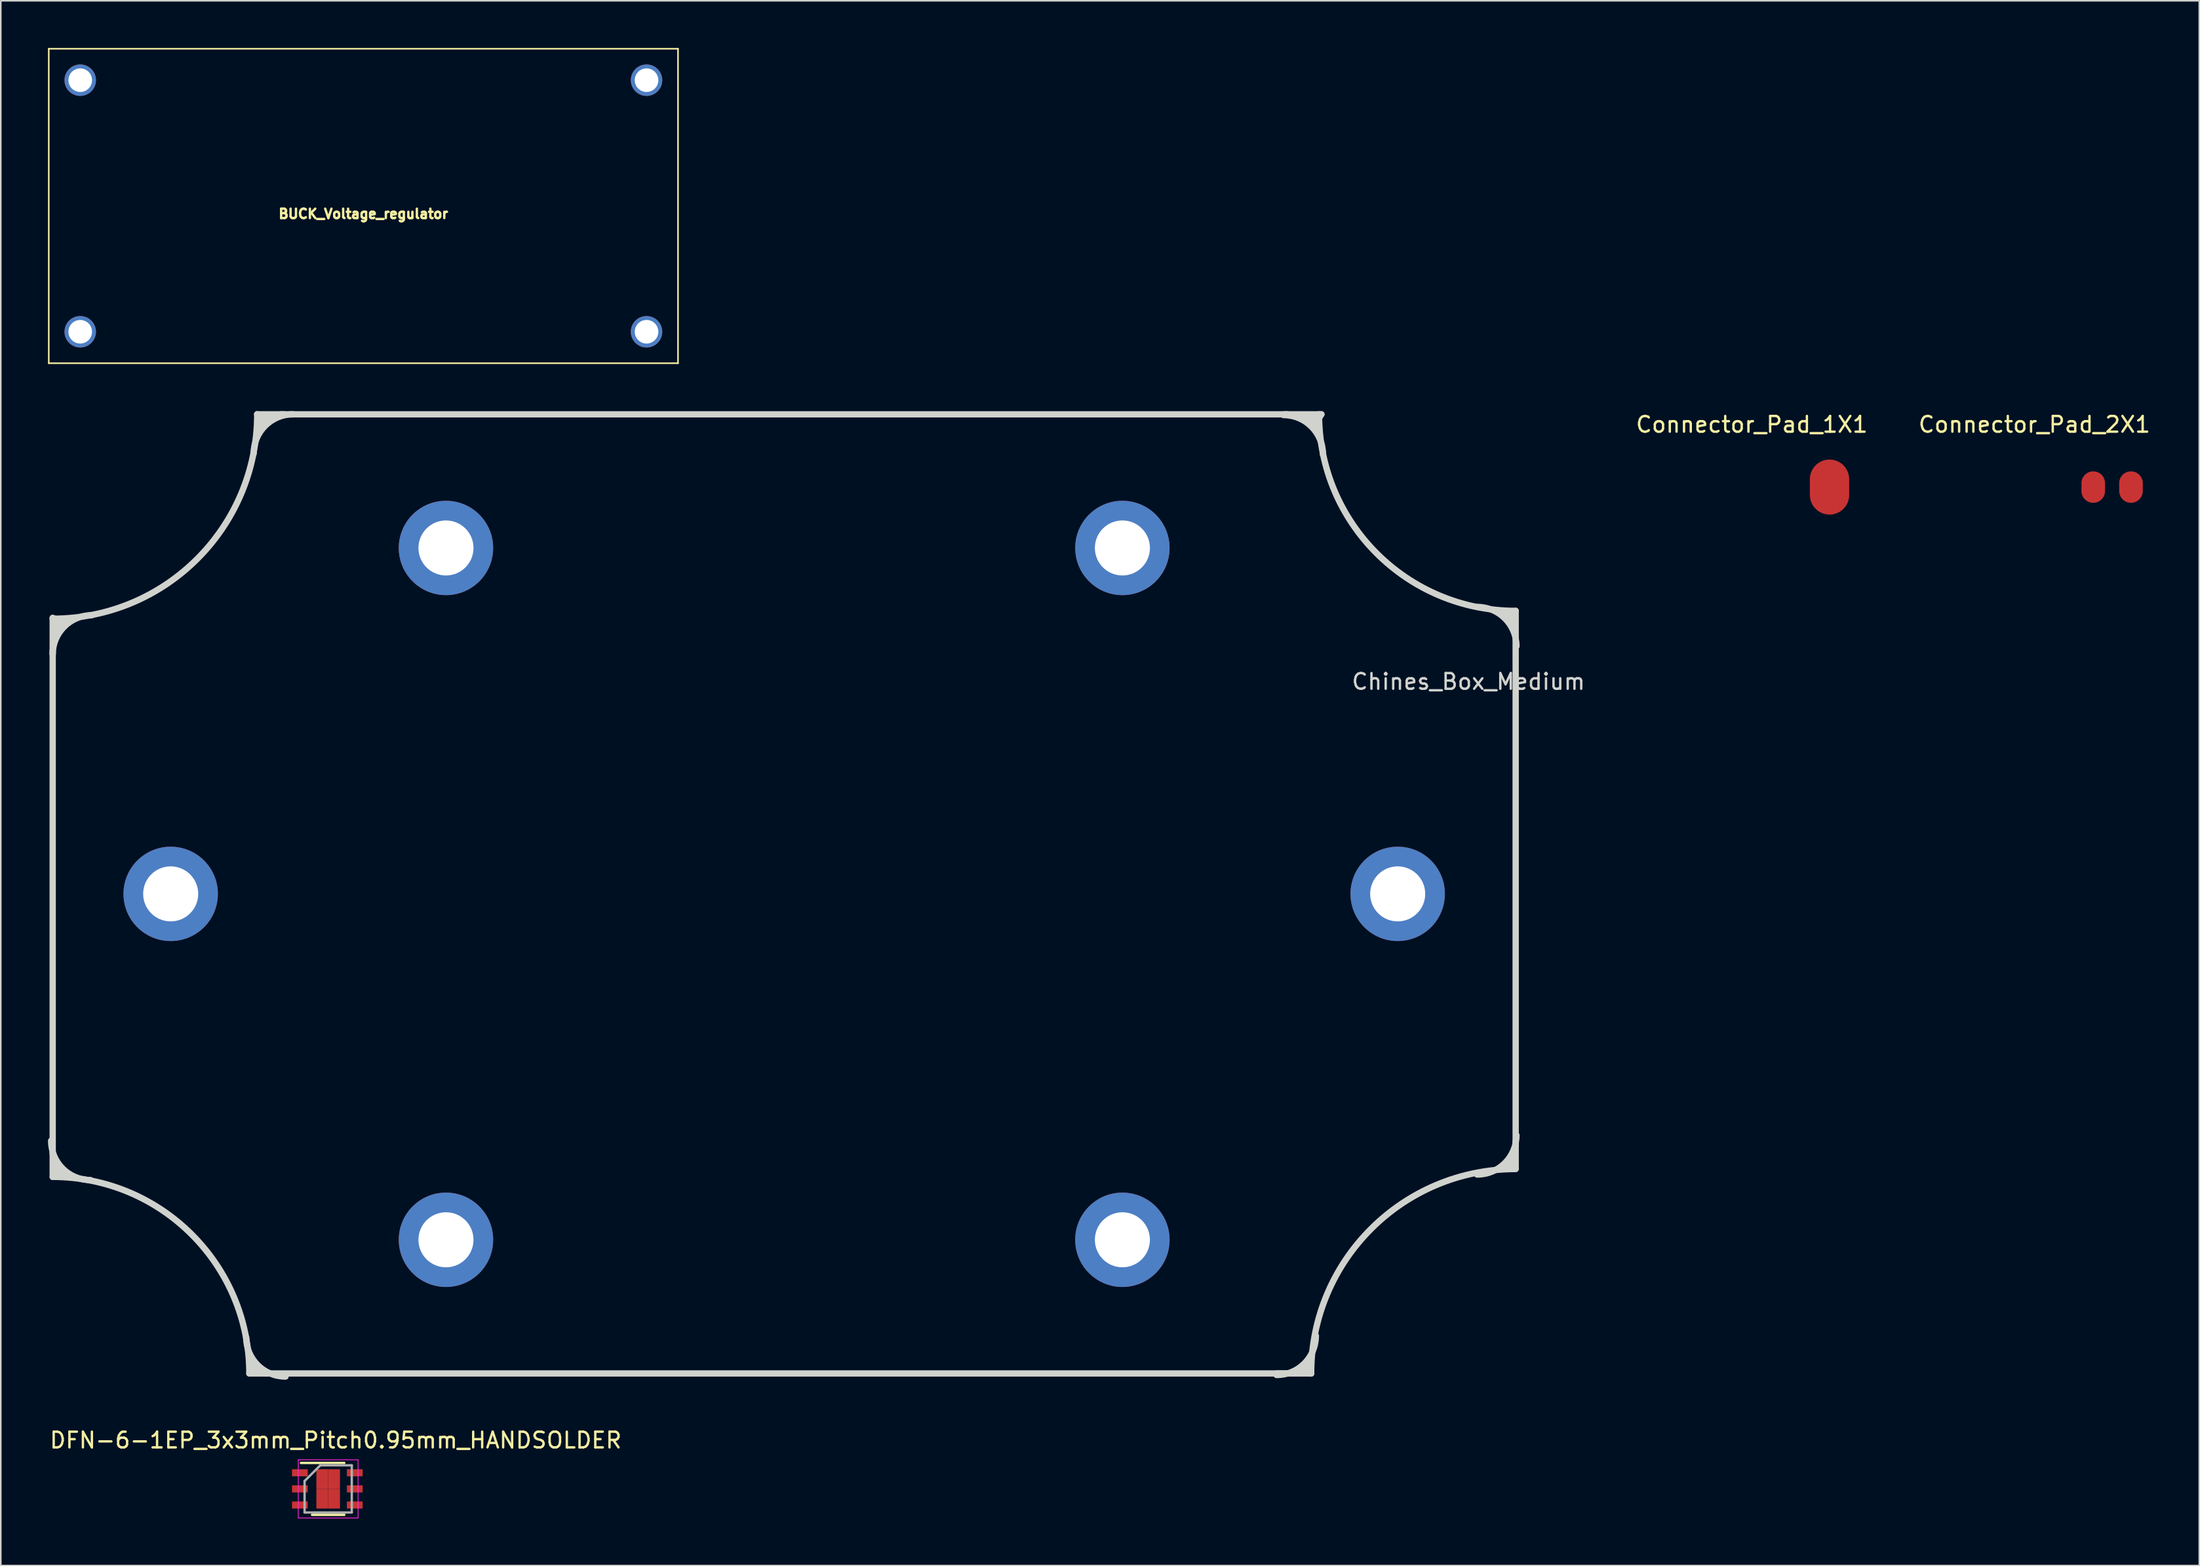
<source format=kicad_pcb>
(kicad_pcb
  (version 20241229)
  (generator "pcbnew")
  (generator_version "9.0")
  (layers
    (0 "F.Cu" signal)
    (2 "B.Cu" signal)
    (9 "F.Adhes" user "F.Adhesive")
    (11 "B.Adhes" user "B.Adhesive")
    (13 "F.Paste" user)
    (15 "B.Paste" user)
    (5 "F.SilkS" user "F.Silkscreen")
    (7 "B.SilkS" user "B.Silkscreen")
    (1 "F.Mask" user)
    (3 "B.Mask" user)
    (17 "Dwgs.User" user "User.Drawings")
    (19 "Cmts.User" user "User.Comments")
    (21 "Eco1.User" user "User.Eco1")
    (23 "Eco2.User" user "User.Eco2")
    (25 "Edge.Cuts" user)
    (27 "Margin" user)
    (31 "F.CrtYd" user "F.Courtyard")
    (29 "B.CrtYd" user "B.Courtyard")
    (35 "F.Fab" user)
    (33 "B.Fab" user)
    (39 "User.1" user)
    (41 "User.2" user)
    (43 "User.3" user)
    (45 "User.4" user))
  (footprint "BUCK_Voltage_regulator"
    (layer "F.Cu")
    (at 20.05 10.05)
    (property "Reference" "BUCK_Voltage_regulator" (at 0 0.5 0) (layer "F.SilkS") (effects (font (size 0.6 0.6) (thickness 0.15))))
    (attr through_hole)
    (fp_line (start -20 -10) (end -20 10) (stroke (width 0.1) (type solid)) (layer "F.SilkS"))
    (fp_line (start -20 10) (end 20 10) (stroke (width 0.1) (type solid)) (layer "F.SilkS"))
    (fp_line (start 20 -10) (end -20 -10) (stroke (width 0.1) (type solid)) (layer "F.SilkS"))
    (fp_line (start 20 10) (end 20 -10) (stroke (width 0.1) (type solid)) (layer "F.SilkS"))
    (pad "1" thru_hole circle (at -18 8) (size 2 2) (drill 1.5) (layers "*.Cu" "*.Mask"))
    (pad "2" thru_hole circle (at -18 -8) (size 2 2) (drill 1.5) (layers "*.Cu" "*.Mask"))
    (pad "3" thru_hole circle (at 18 -8) (size 2 2) (drill 1.5) (layers "*.Cu" "*.Mask"))
    (pad "4" thru_hole circle (at 18 8) (size 2 2) (drill 1.5) (layers "*.Cu" "*.Mask")))
  (footprint "Connector_Pad_2X1"
    (layer "F.Cu")
    (at 131.216 27.928)
    (property "Reference" "Connector_Pad_2X1" (at -4.94 -3.98 0) (layer "F.SilkS") (effects (font (size 1 1) (thickness 0.15))))
    (attr through_hole)
    (pad "1" smd oval (at -1.2 0) (size 1.5 2) (layers "F.Cu" "F.Mask" "F.Paste"))
    (pad "2" smd oval (at 1.2 0) (size 1.5 2) (layers "F.Cu" "F.Mask" "F.Paste")))
  (footprint "Connector_Pad_1X1"
    (layer "F.Cu")
    (at 113.252 27.928)
    (property "Reference" "Connector_Pad_1X1" (at -4.94 -3.98 0) (layer "F.SilkS") (effects (font (size 1 1) (thickness 0.15))))
    (attr through_hole)
    (pad "1" smd oval (at 0 0) (size 2.5 3.5) (layers "F.Cu" "F.Mask" "F.Paste")))
  (footprint "DFN-6-1EP_3x3mm_Pitch0.95mm_HANDSOLDER"
    (layer "F.Cu")
    (at 17.812 91.643)
    (property "Reference" "DFN-6-1EP_3x3mm_Pitch0.95mm_HANDSOLDER" (at 0.48 -3.095 0) (layer "F.SilkS") (effects (font (size 1 1) (thickness 0.15))))
    (attr smd)
    (fp_line (start -1.73 -1.65) (end 1.025 -1.65) (stroke (width 0.15) (type solid)) (layer "F.SilkS"))
    (fp_line (start -1.025 1.65) (end 1.025 1.65) (stroke (width 0.15) (type solid)) (layer "F.SilkS"))
    (fp_line (start -1.9 -1.85) (end -1.9 1.85) (stroke (width 0.05) (type solid)) (layer "F.CrtYd"))
    (fp_line (start -1.9 -1.85) (end 1.9 -1.85) (stroke (width 0.05) (type solid)) (layer "F.CrtYd"))
    (fp_line (start -1.9 1.85) (end 1.9 1.85) (stroke (width 0.05) (type solid)) (layer "F.CrtYd"))
    (fp_line (start 1.9 -1.85) (end 1.9 1.85) (stroke (width 0.05) (type solid)) (layer "F.CrtYd"))
    (fp_line (start -1.5 -0.5) (end -0.5 -1.5) (stroke (width 0.15) (type solid)) (layer "F.Fab"))
    (fp_line (start -1.5 1.5) (end -1.5 -0.5) (stroke (width 0.15) (type solid)) (layer "F.Fab"))
    (fp_line (start -0.5 -1.5) (end 1.5 -1.5) (stroke (width 0.15) (type solid)) (layer "F.Fab"))
    (fp_line (start 1.5 -1.5) (end 1.5 1.5) (stroke (width 0.15) (type solid)) (layer "F.Fab"))
    (fp_line (start 1.5 1.5) (end -1.5 1.5) (stroke (width 0.15) (type solid)) (layer "F.Fab"))
    (pad "1" smd rect (at -1.8 -1.025) (size 1 0.45) (layers "F.Cu" "F.Mask" "F.Paste"))
    (pad "2" smd rect (at -1.8 0) (size 1 0.45) (layers "F.Cu" "F.Mask" "F.Paste"))
    (pad "3" smd rect (at -1.8 1.025) (size 1 0.45) (layers "F.Cu" "F.Mask" "F.Paste"))
    (pad "4" smd rect (at 1.69 1.025) (size 1 0.45) (layers "F.Cu" "F.Mask" "F.Paste"))
    (pad "5" smd rect (at 1.69 0) (size 1 0.45) (layers "F.Cu" "F.Mask" "F.Paste"))
    (pad "6" smd rect (at 1.69 -1.025) (size 1 0.45) (layers "F.Cu" "F.Mask" "F.Paste"))
    (pad "7" smd rect (at -0.375 -0.625) (size 0.75 1.25) (layers "F.Cu" "F.Mask" "F.Paste"))
    (pad "7" smd rect (at -0.375 0.625) (size 0.75 1.25) (layers "F.Cu" "F.Mask" "F.Paste"))
    (pad "7" smd rect (at 0.375 -0.625) (size 0.75 1.25) (layers "F.Cu" "F.Mask" "F.Paste"))
    (pad "7" smd rect (at 0.375 0.625) (size 0.75 1.25) (layers "F.Cu" "F.Mask" "F.Paste")))
  (footprint "Chines_Box_Medium"
    (layer "F.Cu")
    (at 46.8 53.8)
    (property "Reference" "Chines_Box_Medium" (at 43.5 -13.5 0) (layer "Edge.Cuts") (effects (font (size 1 1) (thickness 0.15))))
    (attr through_hole)
    (fp_line (start -46.5 -17.55) (end -45.75 -17.25) (stroke (width 0.4) (type solid)) (layer "Edge.Cuts"))
    (fp_line (start -46.5 -15.25) (end -46.5 -17.55) (stroke (width 0.4) (type solid)) (layer "Edge.Cuts"))
    (fp_line (start -46.5 16.5) (end -46.5 -15.5) (stroke (width 0.4) (type solid)) (layer "Edge.Cuts"))
    (fp_line (start -46.5 16.5) (end -45.9 17.95) (stroke (width 0.4) (type solid)) (layer "Edge.Cuts"))
    (fp_line (start -46.5 18) (end -46.5 16.5) (stroke (width 0.4) (type solid)) (layer "Edge.Cuts"))
    (fp_line (start -46.25 -17.1) (end -46.25 -16.75) (stroke (width 0.4) (type solid)) (layer "Edge.Cuts"))
    (fp_line (start -45.9 17.95) (end -46.3 17.6) (stroke (width 0.4) (type solid)) (layer "Edge.Cuts"))
    (fp_line (start -45.75 -17.25) (end -46.25 -17.1) (stroke (width 0.4) (type solid)) (layer "Edge.Cuts"))
    (fp_line (start -34 30.5) (end -32.9 30.5) (stroke (width 0.4) (type solid)) (layer "Edge.Cuts"))
    (fp_line (start -33.8 29.95) (end -33.7 30.3) (stroke (width 0.4) (type solid)) (layer "Edge.Cuts"))
    (fp_line (start -33.5 -30.5) (end -33.35 -29.75) (stroke (width 0.4) (type solid)) (layer "Edge.Cuts"))
    (fp_line (start -33.35 -29.75) (end -33.1 -30.2) (stroke (width 0.4) (type solid)) (layer "Edge.Cuts"))
    (fp_line (start -33.1 -30.2) (end -32.55 -30.25) (stroke (width 0.4) (type solid)) (layer "Edge.Cuts"))
    (fp_line (start -32.9 30.5) (end -33.8 29.95) (stroke (width 0.4) (type solid)) (layer "Edge.Cuts"))
    (fp_line (start -32 -30.5) (end 32 -30.5) (stroke (width 0.4) (type solid)) (layer "Edge.Cuts"))
    (fp_line (start -31.8 -30.5) (end -33.5 -30.5) (stroke (width 0.4) (type solid)) (layer "Edge.Cuts"))
    (fp_line (start 31.3 30.5) (end 33.5 30.5) (stroke (width 0.4) (type solid)) (layer "Edge.Cuts"))
    (fp_line (start 31.8 -30.5) (end 34.15 -30.5) (stroke (width 0.4) (type solid)) (layer "Edge.Cuts"))
    (fp_line (start 32 30.5) (end -33 30.5) (stroke (width 0.4) (type solid)) (layer "Edge.Cuts"))
    (fp_line (start 33.15 -30.25) (end 33.6 -29.95) (stroke (width 0.4) (type solid)) (layer "Edge.Cuts"))
    (fp_line (start 33.2 30) (end 32.95 30.25) (stroke (width 0.4) (type solid)) (layer "Edge.Cuts"))
    (fp_line (start 33.5 30.5) (end 33.2 30) (stroke (width 0.4) (type solid)) (layer "Edge.Cuts"))
    (fp_line (start 33.65 -30.2) (end 33.15 -30.25) (stroke (width 0.4) (type solid)) (layer "Edge.Cuts"))
    (fp_line (start 33.75 -29.85) (end 33.65 -30.2) (stroke (width 0.4) (type solid)) (layer "Edge.Cuts"))
    (fp_line (start 34.15 -30.5) (end 33.75 -29.85) (stroke (width 0.4) (type solid)) (layer "Edge.Cuts"))
    (fp_line (start 45.8 -17.85) (end 46.35 -17.3) (stroke (width 0.4) (type solid)) (layer "Edge.Cuts"))
    (fp_line (start 45.95 17.3) (end 46.4 16.9) (stroke (width 0.4) (type solid)) (layer "Edge.Cuts"))
    (fp_line (start 46.35 -17.3) (end 46.2 -17.8) (stroke (width 0.4) (type solid)) (layer "Edge.Cuts"))
    (fp_line (start 46.5 -18) (end 46.5 16) (stroke (width 0.4) (type solid)) (layer "Edge.Cuts"))
    (fp_line (start 46.5 15.75) (end 46.5 17.45) (stroke (width 0.4) (type solid)) (layer "Edge.Cuts"))
    (fp_line (start 46.5 17.45) (end 45.95 17.3) (stroke (width 0.4) (type solid)) (layer "Edge.Cuts"))
    (fp_arc (start -46.5 -15.225) (mid -45.767767 -16.992767) (end -44 -17.725) (stroke (width 0.4) (type solid)) (layer "Edge.Cuts"))
    (fp_arc (start -46.5 18) (mid -37.661165 21.661165) (end -34 30.5) (stroke (width 0.4) (type solid)) (layer "Edge.Cuts"))
    (fp_arc (start -44.1 18.2) (mid -45.867767 17.467767) (end -46.6 15.7) (stroke (width 0.4) (type solid)) (layer "Edge.Cuts"))
    (fp_arc (start -33.725 -28) (mid -32.992767 -29.767767) (end -31.225 -30.5) (stroke (width 0.4) (type solid)) (layer "Edge.Cuts"))
    (fp_arc (start -33.5 -30.5) (mid -37.307612 -21.307612) (end -46.5 -17.5) (stroke (width 0.4) (type solid)) (layer "Edge.Cuts"))
    (fp_arc (start -31.7 30.7) (mid -33.467767 29.967767) (end -34.2 28.2) (stroke (width 0.4) (type solid)) (layer "Edge.Cuts"))
    (fp_arc (start 31.75 -30.45) (mid 33.517767 -29.717767) (end 34.25 -27.95) (stroke (width 0.4) (type solid)) (layer "Edge.Cuts"))
    (fp_arc (start 33.5 30.5) (mid 37.307612 21.307612) (end 46.5 17.5) (stroke (width 0.4) (type solid)) (layer "Edge.Cuts"))
    (fp_arc (start 33.8 28.1) (mid 33.067767 29.867767) (end 31.3 30.6) (stroke (width 0.4) (type solid)) (layer "Edge.Cuts"))
    (fp_arc (start 44.05 -18.25) (mid 45.817767 -17.517767) (end 46.55 -15.75) (stroke (width 0.4) (type solid)) (layer "Edge.Cuts"))
    (fp_arc (start 46.5 -18) (mid 37.661165 -21.661165) (end 34 -30.5) (stroke (width 0.4) (type solid)) (layer "Edge.Cuts"))
    (fp_arc (start 46.55 15.35) (mid 45.817767 17.117767) (end 44.05 17.85) (stroke (width 0.4) (type solid)) (layer "Edge.Cuts"))
    (pad "" np_thru_hole circle (at -39 0) (size 6 6) (drill 3.5) (layers "*.Cu" "*.Mask" "F.Paste"))
    (pad "" np_thru_hole circle (at -21.5 -22) (size 6 6) (drill 3.5) (layers "*.Cu" "*.Mask" "F.Paste"))
    (pad "" np_thru_hole circle (at -21.5 22) (size 6 6) (drill 3.5) (layers "*.Cu" "*.Mask" "F.Paste"))
    (pad "" np_thru_hole circle (at 21.5 -22) (size 6 6) (drill 3.5) (layers "*.Cu" "*.Mask" "F.Paste"))
    (pad "" np_thru_hole circle (at 21.5 22) (size 6 6) (drill 3.5) (layers "*.Cu" "*.Mask" "F.Paste"))
    (pad "" np_thru_hole circle (at 39 0) (size 6 6) (drill 3.5) (layers "*.Cu" "*.Mask" "F.Paste")))
  (gr_rect
    (start -3 -3)
    (end 136.758 96.518)
    (stroke (width 0.1) (type default))
    (fill no)
    (layer "Edge.Cuts")))
</source>
